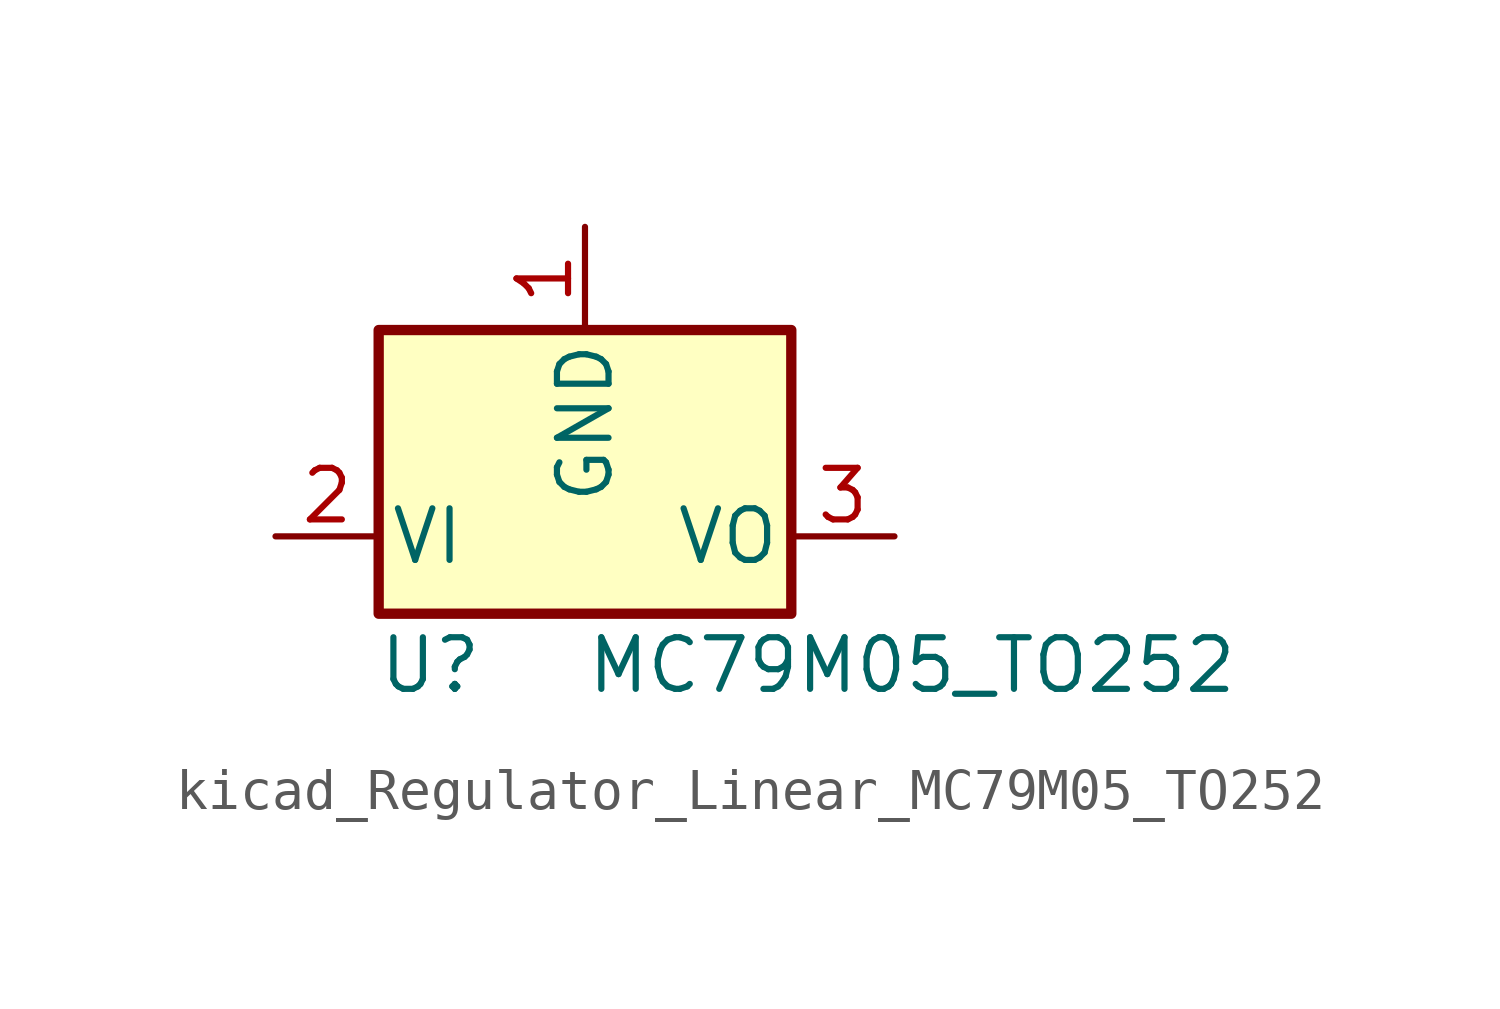
<source format=kicad_sym>
(kicad_symbol_lib
  (version 20220914)
  (generator kicad_symbol_editor)
  (symbol "kicad_Regulator_Linear_MC79M05_TO252"
    (pin_names
      (offset 0.254))
    (property "Reference" "U"
      (at -3.81 -3.175 0)
      (effects (font (size 1.27 1.27))))
    (property "Value" "MC79M05_TO252"
      (at 0 -3.175 0)
      (effects (font (size 1.27 1.27)) (justify left)))
    (symbol "kicad_Regulator_Linear_MC79M05_TO252_0_1"
      (rectangle (start -5.08 5.08) (end 5.08 -1.905) (stroke (width 0.254) (type default)) (fill (type background))))
    (symbol "kicad_Regulator_Linear_MC79M05_TO252_1_1"
      (pin power_in line (at 0 7.62 270) (length 2.54) (name "GND" (effects (font (size 1.27 1.27)))) (number "1" (effects (font (size 1.27 1.27)))))
      (pin power_in line (at -7.62 0 0) (length 2.54) (name "VI" (effects (font (size 1.27 1.27)))) (number "2" (effects (font (size 1.27 1.27)))))
      (pin power_out line (at 7.62 0 180) (length 2.54) (name "VO" (effects (font (size 1.27 1.27)))) (number "3" (effects (font (size 1.27 1.27))))))))
</source>
